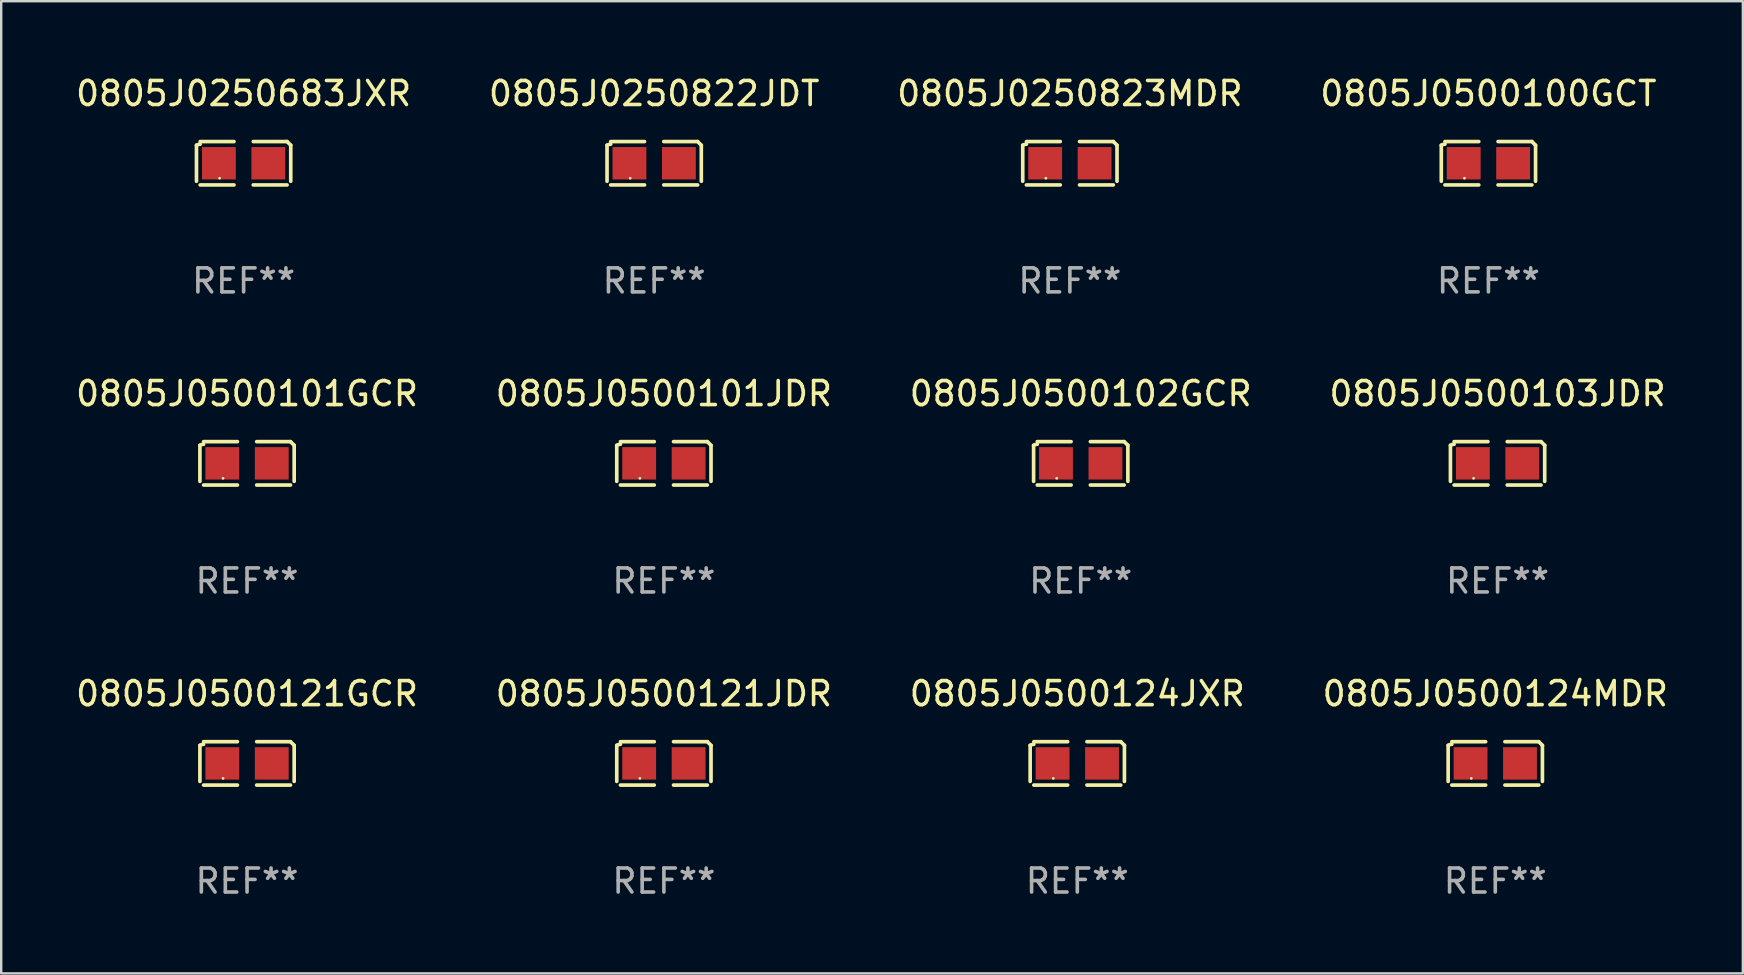
<source format=kicad_pcb>
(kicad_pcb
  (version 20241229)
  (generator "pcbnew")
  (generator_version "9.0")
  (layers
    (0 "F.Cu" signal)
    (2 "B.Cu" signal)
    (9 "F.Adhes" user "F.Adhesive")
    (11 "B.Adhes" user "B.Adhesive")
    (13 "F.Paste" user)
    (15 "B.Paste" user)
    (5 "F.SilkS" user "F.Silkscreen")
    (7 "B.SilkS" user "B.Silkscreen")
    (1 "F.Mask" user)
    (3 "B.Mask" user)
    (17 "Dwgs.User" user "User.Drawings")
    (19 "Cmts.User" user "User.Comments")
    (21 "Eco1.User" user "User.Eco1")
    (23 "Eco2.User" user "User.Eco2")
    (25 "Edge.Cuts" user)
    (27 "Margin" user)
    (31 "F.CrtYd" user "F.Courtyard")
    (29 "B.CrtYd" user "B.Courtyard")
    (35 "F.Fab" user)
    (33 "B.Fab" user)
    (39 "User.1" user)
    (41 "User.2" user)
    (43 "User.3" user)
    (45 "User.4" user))
  (footprint "0805J0500121JDR"
    (layer "F.Cu")
    (at 24.613 28.759)
    (property "Reference" "0805J0500121JDR" (at 0 -2.904 0) (layer "F.SilkS") (effects (font (size 1 1) (thickness 0.15))))
    (attr through_hole)
    (fp_line (start -1.964 0.751) (end -1.964 -0.751) (stroke (width 0.152) (type solid)) (layer "F.SilkS"))
    (fp_line (start -1.811 -0.904) (end -0.401 -0.904) (stroke (width 0.152) (type solid)) (layer "F.SilkS"))
    (fp_line (start -0.401 0.904) (end -1.811 0.904) (stroke (width 0.152) (type solid)) (layer "F.SilkS"))
    (fp_line (start 0.401 0.904) (end 1.811 0.904) (stroke (width 0.152) (type solid)) (layer "F.SilkS"))
    (fp_line (start 1.811 -0.904) (end 0.401 -0.904) (stroke (width 0.152) (type solid)) (layer "F.SilkS"))
    (fp_line (start 1.964 0.751) (end 1.964 -0.751) (stroke (width 0.152) (type solid)) (layer "F.SilkS"))
    (fp_arc (start -1.963602 -0.751207) (mid -1.890354 -0.783131) (end -1.811201 -0.794044) (stroke (width 0.1524) (type solid)) (layer "F.SilkS"))
    (fp_arc (start 1.811202 -0.903607) (mid 1.887413 -0.827418) (end 1.963602 -0.751207) (stroke (width 0.1524) (type solid)) (layer "F.SilkS"))
    (fp_circle (center -1 0.625) (end -0.97 0.625) (stroke (width 0.06) (type solid)) (fill no) (layer "F.SilkS"))
    (fp_text user "REF**" (at 0 4.904 0) (layer "F.Fab") (effects (font (size 1 1) (thickness 0.15))))
    (pad "1" smd rect (at -1.03 0) (size 1.41 1.35) (layers "F.Cu" "F.Mask" "F.Paste"))
    (pad "2" smd rect (at 1.03 0) (size 1.41 1.35) (layers "F.Cu" "F.Mask" "F.Paste")))
  (footprint "0805J0500101JDR"
    (layer "F.Cu")
    (at 24.613 16.256)
    (property "Reference" "0805J0500101JDR" (at 0 -2.904 0) (layer "F.SilkS") (effects (font (size 1 1) (thickness 0.15))))
    (attr through_hole)
    (fp_line (start -1.964 0.751) (end -1.964 -0.751) (stroke (width 0.152) (type solid)) (layer "F.SilkS"))
    (fp_line (start -1.811 -0.904) (end -0.401 -0.904) (stroke (width 0.152) (type solid)) (layer "F.SilkS"))
    (fp_line (start -0.401 0.904) (end -1.811 0.904) (stroke (width 0.152) (type solid)) (layer "F.SilkS"))
    (fp_line (start 0.401 0.904) (end 1.811 0.904) (stroke (width 0.152) (type solid)) (layer "F.SilkS"))
    (fp_line (start 1.811 -0.904) (end 0.401 -0.904) (stroke (width 0.152) (type solid)) (layer "F.SilkS"))
    (fp_line (start 1.964 0.751) (end 1.964 -0.751) (stroke (width 0.152) (type solid)) (layer "F.SilkS"))
    (fp_arc (start -1.963602 -0.751207) (mid -1.890354 -0.783131) (end -1.811201 -0.794044) (stroke (width 0.1524) (type solid)) (layer "F.SilkS"))
    (fp_arc (start 1.811202 -0.903607) (mid 1.887413 -0.827418) (end 1.963602 -0.751207) (stroke (width 0.1524) (type solid)) (layer "F.SilkS"))
    (fp_circle (center -1 0.625) (end -0.97 0.625) (stroke (width 0.06) (type solid)) (fill no) (layer "F.SilkS"))
    (fp_text user "REF**" (at 0 4.904 0) (layer "F.Fab") (effects (font (size 1 1) (thickness 0.15))))
    (pad "1" smd rect (at -1.03 0) (size 1.41 1.35) (layers "F.Cu" "F.Mask" "F.Paste"))
    (pad "2" smd rect (at 1.03 0) (size 1.41 1.35) (layers "F.Cu" "F.Mask" "F.Paste")))
  (footprint "0805J0250822JDT"
    (layer "F.Cu")
    (at 24.208 3.752)
    (property "Reference" "0805J0250822JDT" (at 0 -2.904 0) (layer "F.SilkS") (effects (font (size 1 1) (thickness 0.15))))
    (attr through_hole)
    (fp_line (start -1.964 0.751) (end -1.964 -0.751) (stroke (width 0.152) (type solid)) (layer "F.SilkS"))
    (fp_line (start -1.811 -0.904) (end -0.401 -0.904) (stroke (width 0.152) (type solid)) (layer "F.SilkS"))
    (fp_line (start -0.401 0.904) (end -1.811 0.904) (stroke (width 0.152) (type solid)) (layer "F.SilkS"))
    (fp_line (start 0.401 0.904) (end 1.811 0.904) (stroke (width 0.152) (type solid)) (layer "F.SilkS"))
    (fp_line (start 1.811 -0.904) (end 0.401 -0.904) (stroke (width 0.152) (type solid)) (layer "F.SilkS"))
    (fp_line (start 1.964 0.751) (end 1.964 -0.751) (stroke (width 0.152) (type solid)) (layer "F.SilkS"))
    (fp_arc (start -1.963602 -0.751207) (mid -1.890354 -0.783131) (end -1.811201 -0.794044) (stroke (width 0.1524) (type solid)) (layer "F.SilkS"))
    (fp_arc (start 1.811202 -0.903607) (mid 1.887413 -0.827418) (end 1.963602 -0.751207) (stroke (width 0.1524) (type solid)) (layer "F.SilkS"))
    (fp_circle (center -1 0.625) (end -0.97 0.625) (stroke (width 0.06) (type solid)) (fill no) (layer "F.SilkS"))
    (fp_text user "REF**" (at 0 4.904 0) (layer "F.Fab") (effects (font (size 1 1) (thickness 0.15))))
    (pad "1" smd rect (at -1.03 0) (size 1.41 1.35) (layers "F.Cu" "F.Mask" "F.Paste"))
    (pad "2" smd rect (at 1.03 0) (size 1.41 1.35) (layers "F.Cu" "F.Mask" "F.Paste")))
  (footprint "0805J0500124MDR"
    (layer "F.Cu")
    (at 59.256 28.759)
    (property "Reference" "0805J0500124MDR" (at 0 -2.904 0) (layer "F.SilkS") (effects (font (size 1 1) (thickness 0.15))))
    (attr through_hole)
    (fp_line (start -1.964 0.751) (end -1.964 -0.751) (stroke (width 0.152) (type solid)) (layer "F.SilkS"))
    (fp_line (start -1.811 -0.904) (end -0.401 -0.904) (stroke (width 0.152) (type solid)) (layer "F.SilkS"))
    (fp_line (start -0.401 0.904) (end -1.811 0.904) (stroke (width 0.152) (type solid)) (layer "F.SilkS"))
    (fp_line (start 0.401 0.904) (end 1.811 0.904) (stroke (width 0.152) (type solid)) (layer "F.SilkS"))
    (fp_line (start 1.811 -0.904) (end 0.401 -0.904) (stroke (width 0.152) (type solid)) (layer "F.SilkS"))
    (fp_line (start 1.964 0.751) (end 1.964 -0.751) (stroke (width 0.152) (type solid)) (layer "F.SilkS"))
    (fp_arc (start -1.963602 -0.751207) (mid -1.890354 -0.783131) (end -1.811201 -0.794044) (stroke (width 0.1524) (type solid)) (layer "F.SilkS"))
    (fp_arc (start 1.811202 -0.903607) (mid 1.887413 -0.827418) (end 1.963602 -0.751207) (stroke (width 0.1524) (type solid)) (layer "F.SilkS"))
    (fp_circle (center -1 0.625) (end -0.97 0.625) (stroke (width 0.06) (type solid)) (fill no) (layer "F.SilkS"))
    (fp_text user "REF**" (at 0 4.904 0) (layer "F.Fab") (effects (font (size 1 1) (thickness 0.15))))
    (pad "1" smd rect (at -1.03 0) (size 1.41 1.35) (layers "F.Cu" "F.Mask" "F.Paste"))
    (pad "2" smd rect (at 1.03 0) (size 1.41 1.35) (layers "F.Cu" "F.Mask" "F.Paste")))
  (footprint "0805J0500102GCR"
    (layer "F.Cu")
    (at 41.982 16.256)
    (property "Reference" "0805J0500102GCR" (at 0 -2.904 0) (layer "F.SilkS") (effects (font (size 1 1) (thickness 0.15))))
    (attr through_hole)
    (fp_line (start -1.964 0.751) (end -1.964 -0.751) (stroke (width 0.152) (type solid)) (layer "F.SilkS"))
    (fp_line (start -1.811 -0.904) (end -0.401 -0.904) (stroke (width 0.152) (type solid)) (layer "F.SilkS"))
    (fp_line (start -0.401 0.904) (end -1.811 0.904) (stroke (width 0.152) (type solid)) (layer "F.SilkS"))
    (fp_line (start 0.401 0.904) (end 1.811 0.904) (stroke (width 0.152) (type solid)) (layer "F.SilkS"))
    (fp_line (start 1.811 -0.904) (end 0.401 -0.904) (stroke (width 0.152) (type solid)) (layer "F.SilkS"))
    (fp_line (start 1.964 0.751) (end 1.964 -0.751) (stroke (width 0.152) (type solid)) (layer "F.SilkS"))
    (fp_arc (start -1.963602 -0.751207) (mid -1.890354 -0.783131) (end -1.811201 -0.794044) (stroke (width 0.1524) (type solid)) (layer "F.SilkS"))
    (fp_arc (start 1.811202 -0.903607) (mid 1.887413 -0.827418) (end 1.963602 -0.751207) (stroke (width 0.1524) (type solid)) (layer "F.SilkS"))
    (fp_circle (center -1 0.625) (end -0.97 0.625) (stroke (width 0.06) (type solid)) (fill no) (layer "F.SilkS"))
    (fp_text user "REF**" (at 0 4.904 0) (layer "F.Fab") (effects (font (size 1 1) (thickness 0.15))))
    (pad "1" smd rect (at -1.03 0) (size 1.41 1.35) (layers "F.Cu" "F.Mask" "F.Paste"))
    (pad "2" smd rect (at 1.03 0) (size 1.41 1.35) (layers "F.Cu" "F.Mask" "F.Paste")))
  (footprint "0805J0500100GCT"
    (layer "F.Cu")
    (at 58.97 3.752)
    (property "Reference" "0805J0500100GCT" (at 0 -2.904 0) (layer "F.SilkS") (effects (font (size 1 1) (thickness 0.15))))
    (attr through_hole)
    (fp_line (start -1.964 0.751) (end -1.964 -0.751) (stroke (width 0.152) (type solid)) (layer "F.SilkS"))
    (fp_line (start -1.811 -0.904) (end -0.401 -0.904) (stroke (width 0.152) (type solid)) (layer "F.SilkS"))
    (fp_line (start -0.401 0.904) (end -1.811 0.904) (stroke (width 0.152) (type solid)) (layer "F.SilkS"))
    (fp_line (start 0.401 0.904) (end 1.811 0.904) (stroke (width 0.152) (type solid)) (layer "F.SilkS"))
    (fp_line (start 1.811 -0.904) (end 0.401 -0.904) (stroke (width 0.152) (type solid)) (layer "F.SilkS"))
    (fp_line (start 1.964 0.751) (end 1.964 -0.751) (stroke (width 0.152) (type solid)) (layer "F.SilkS"))
    (fp_arc (start -1.963602 -0.751207) (mid -1.890354 -0.783131) (end -1.811201 -0.794044) (stroke (width 0.1524) (type solid)) (layer "F.SilkS"))
    (fp_arc (start 1.811202 -0.903607) (mid 1.887413 -0.827418) (end 1.963602 -0.751207) (stroke (width 0.1524) (type solid)) (layer "F.SilkS"))
    (fp_circle (center -1 0.625) (end -0.97 0.625) (stroke (width 0.06) (type solid)) (fill no) (layer "F.SilkS"))
    (fp_text user "REF**" (at 0 4.904 0) (layer "F.Fab") (effects (font (size 1 1) (thickness 0.15))))
    (pad "1" smd rect (at -1.03 0) (size 1.41 1.35) (layers "F.Cu" "F.Mask" "F.Paste"))
    (pad "2" smd rect (at 1.03 0) (size 1.41 1.35) (layers "F.Cu" "F.Mask" "F.Paste")))
  (footprint "0805J0500103JDR"
    (layer "F.Cu")
    (at 59.351 16.256)
    (property "Reference" "0805J0500103JDR" (at 0 -2.904 0) (layer "F.SilkS") (effects (font (size 1 1) (thickness 0.15))))
    (attr through_hole)
    (fp_line (start -1.964 0.751) (end -1.964 -0.751) (stroke (width 0.152) (type solid)) (layer "F.SilkS"))
    (fp_line (start -1.811 -0.904) (end -0.401 -0.904) (stroke (width 0.152) (type solid)) (layer "F.SilkS"))
    (fp_line (start -0.401 0.904) (end -1.811 0.904) (stroke (width 0.152) (type solid)) (layer "F.SilkS"))
    (fp_line (start 0.401 0.904) (end 1.811 0.904) (stroke (width 0.152) (type solid)) (layer "F.SilkS"))
    (fp_line (start 1.811 -0.904) (end 0.401 -0.904) (stroke (width 0.152) (type solid)) (layer "F.SilkS"))
    (fp_line (start 1.964 0.751) (end 1.964 -0.751) (stroke (width 0.152) (type solid)) (layer "F.SilkS"))
    (fp_arc (start -1.963602 -0.751207) (mid -1.890354 -0.783131) (end -1.811201 -0.794044) (stroke (width 0.1524) (type solid)) (layer "F.SilkS"))
    (fp_arc (start 1.811202 -0.903607) (mid 1.887413 -0.827418) (end 1.963602 -0.751207) (stroke (width 0.1524) (type solid)) (layer "F.SilkS"))
    (fp_circle (center -1 0.625) (end -0.97 0.625) (stroke (width 0.06) (type solid)) (fill no) (layer "F.SilkS"))
    (fp_text user "REF**" (at 0 4.904 0) (layer "F.Fab") (effects (font (size 1 1) (thickness 0.15))))
    (pad "1" smd rect (at -1.03 0) (size 1.41 1.35) (layers "F.Cu" "F.Mask" "F.Paste"))
    (pad "2" smd rect (at 1.03 0) (size 1.41 1.35) (layers "F.Cu" "F.Mask" "F.Paste")))
  (footprint "0805J0500101GCR"
    (layer "F.Cu")
    (at 7.244 16.256)
    (property "Reference" "0805J0500101GCR" (at 0 -2.904 0) (layer "F.SilkS") (effects (font (size 1 1) (thickness 0.15))))
    (attr through_hole)
    (fp_line (start -1.964 0.751) (end -1.964 -0.751) (stroke (width 0.152) (type solid)) (layer "F.SilkS"))
    (fp_line (start -1.811 -0.904) (end -0.401 -0.904) (stroke (width 0.152) (type solid)) (layer "F.SilkS"))
    (fp_line (start -0.401 0.904) (end -1.811 0.904) (stroke (width 0.152) (type solid)) (layer "F.SilkS"))
    (fp_line (start 0.401 0.904) (end 1.811 0.904) (stroke (width 0.152) (type solid)) (layer "F.SilkS"))
    (fp_line (start 1.811 -0.904) (end 0.401 -0.904) (stroke (width 0.152) (type solid)) (layer "F.SilkS"))
    (fp_line (start 1.964 0.751) (end 1.964 -0.751) (stroke (width 0.152) (type solid)) (layer "F.SilkS"))
    (fp_arc (start -1.963602 -0.751207) (mid -1.890354 -0.783131) (end -1.811201 -0.794044) (stroke (width 0.1524) (type solid)) (layer "F.SilkS"))
    (fp_arc (start 1.811202 -0.903607) (mid 1.887413 -0.827418) (end 1.963602 -0.751207) (stroke (width 0.1524) (type solid)) (layer "F.SilkS"))
    (fp_circle (center -1 0.625) (end -0.97 0.625) (stroke (width 0.06) (type solid)) (fill no) (layer "F.SilkS"))
    (fp_text user "REF**" (at 0 4.904 0) (layer "F.Fab") (effects (font (size 1 1) (thickness 0.15))))
    (pad "1" smd rect (at -1.03 0) (size 1.41 1.35) (layers "F.Cu" "F.Mask" "F.Paste"))
    (pad "2" smd rect (at 1.03 0) (size 1.41 1.35) (layers "F.Cu" "F.Mask" "F.Paste")))
  (footprint "0805J0500124JXR"
    (layer "F.Cu")
    (at 41.839 28.759)
    (property "Reference" "0805J0500124JXR" (at 0 -2.904 0) (layer "F.SilkS") (effects (font (size 1 1) (thickness 0.15))))
    (attr through_hole)
    (fp_line (start -1.964 0.751) (end -1.964 -0.751) (stroke (width 0.152) (type solid)) (layer "F.SilkS"))
    (fp_line (start -1.811 -0.904) (end -0.401 -0.904) (stroke (width 0.152) (type solid)) (layer "F.SilkS"))
    (fp_line (start -0.401 0.904) (end -1.811 0.904) (stroke (width 0.152) (type solid)) (layer "F.SilkS"))
    (fp_line (start 0.401 0.904) (end 1.811 0.904) (stroke (width 0.152) (type solid)) (layer "F.SilkS"))
    (fp_line (start 1.811 -0.904) (end 0.401 -0.904) (stroke (width 0.152) (type solid)) (layer "F.SilkS"))
    (fp_line (start 1.964 0.751) (end 1.964 -0.751) (stroke (width 0.152) (type solid)) (layer "F.SilkS"))
    (fp_arc (start -1.963602 -0.751207) (mid -1.890354 -0.783131) (end -1.811201 -0.794044) (stroke (width 0.1524) (type solid)) (layer "F.SilkS"))
    (fp_arc (start 1.811202 -0.903607) (mid 1.887413 -0.827418) (end 1.963602 -0.751207) (stroke (width 0.1524) (type solid)) (layer "F.SilkS"))
    (fp_circle (center -1 0.625) (end -0.97 0.625) (stroke (width 0.06) (type solid)) (fill no) (layer "F.SilkS"))
    (fp_text user "REF**" (at 0 4.904 0) (layer "F.Fab") (effects (font (size 1 1) (thickness 0.15))))
    (pad "1" smd rect (at -1.03 0) (size 1.41 1.35) (layers "F.Cu" "F.Mask" "F.Paste"))
    (pad "2" smd rect (at 1.03 0) (size 1.41 1.35) (layers "F.Cu" "F.Mask" "F.Paste")))
  (footprint "0805J0500121GCR"
    (layer "F.Cu")
    (at 7.244 28.759)
    (property "Reference" "0805J0500121GCR" (at 0 -2.904 0) (layer "F.SilkS") (effects (font (size 1 1) (thickness 0.15))))
    (attr through_hole)
    (fp_line (start -1.964 0.751) (end -1.964 -0.751) (stroke (width 0.152) (type solid)) (layer "F.SilkS"))
    (fp_line (start -1.811 -0.904) (end -0.401 -0.904) (stroke (width 0.152) (type solid)) (layer "F.SilkS"))
    (fp_line (start -0.401 0.904) (end -1.811 0.904) (stroke (width 0.152) (type solid)) (layer "F.SilkS"))
    (fp_line (start 0.401 0.904) (end 1.811 0.904) (stroke (width 0.152) (type solid)) (layer "F.SilkS"))
    (fp_line (start 1.811 -0.904) (end 0.401 -0.904) (stroke (width 0.152) (type solid)) (layer "F.SilkS"))
    (fp_line (start 1.964 0.751) (end 1.964 -0.751) (stroke (width 0.152) (type solid)) (layer "F.SilkS"))
    (fp_arc (start -1.963602 -0.751207) (mid -1.890354 -0.783131) (end -1.811201 -0.794044) (stroke (width 0.1524) (type solid)) (layer "F.SilkS"))
    (fp_arc (start 1.811202 -0.903607) (mid 1.887413 -0.827418) (end 1.963602 -0.751207) (stroke (width 0.1524) (type solid)) (layer "F.SilkS"))
    (fp_circle (center -1 0.625) (end -0.97 0.625) (stroke (width 0.06) (type solid)) (fill no) (layer "F.SilkS"))
    (fp_text user "REF**" (at 0 4.904 0) (layer "F.Fab") (effects (font (size 1 1) (thickness 0.15))))
    (pad "1" smd rect (at -1.03 0) (size 1.41 1.35) (layers "F.Cu" "F.Mask" "F.Paste"))
    (pad "2" smd rect (at 1.03 0) (size 1.41 1.35) (layers "F.Cu" "F.Mask" "F.Paste")))
  (footprint "0805J0250683JXR"
    (layer "F.Cu")
    (at 7.101 3.752)
    (property "Reference" "0805J0250683JXR" (at 0 -2.904 0) (layer "F.SilkS") (effects (font (size 1 1) (thickness 0.15))))
    (attr through_hole)
    (fp_line (start -1.964 0.751) (end -1.964 -0.751) (stroke (width 0.152) (type solid)) (layer "F.SilkS"))
    (fp_line (start -1.811 -0.904) (end -0.401 -0.904) (stroke (width 0.152) (type solid)) (layer "F.SilkS"))
    (fp_line (start -0.401 0.904) (end -1.811 0.904) (stroke (width 0.152) (type solid)) (layer "F.SilkS"))
    (fp_line (start 0.401 0.904) (end 1.811 0.904) (stroke (width 0.152) (type solid)) (layer "F.SilkS"))
    (fp_line (start 1.811 -0.904) (end 0.401 -0.904) (stroke (width 0.152) (type solid)) (layer "F.SilkS"))
    (fp_line (start 1.964 0.751) (end 1.964 -0.751) (stroke (width 0.152) (type solid)) (layer "F.SilkS"))
    (fp_arc (start -1.963602 -0.751207) (mid -1.890354 -0.783131) (end -1.811201 -0.794044) (stroke (width 0.1524) (type solid)) (layer "F.SilkS"))
    (fp_arc (start 1.811202 -0.903607) (mid 1.887413 -0.827418) (end 1.963602 -0.751207) (stroke (width 0.1524) (type solid)) (layer "F.SilkS"))
    (fp_circle (center -1 0.625) (end -0.97 0.625) (stroke (width 0.06) (type solid)) (fill no) (layer "F.SilkS"))
    (fp_text user "REF**" (at 0 4.904 0) (layer "F.Fab") (effects (font (size 1 1) (thickness 0.15))))
    (pad "1" smd rect (at -1.03 0) (size 1.41 1.35) (layers "F.Cu" "F.Mask" "F.Paste"))
    (pad "2" smd rect (at 1.03 0) (size 1.41 1.35) (layers "F.Cu" "F.Mask" "F.Paste")))
  (footprint "0805J0250823MDR"
    (layer "F.Cu")
    (at 41.53 3.752)
    (property "Reference" "0805J0250823MDR" (at 0 -2.904 0) (layer "F.SilkS") (effects (font (size 1 1) (thickness 0.15))))
    (attr through_hole)
    (fp_line (start -1.964 0.751) (end -1.964 -0.751) (stroke (width 0.152) (type solid)) (layer "F.SilkS"))
    (fp_line (start -1.811 -0.904) (end -0.401 -0.904) (stroke (width 0.152) (type solid)) (layer "F.SilkS"))
    (fp_line (start -0.401 0.904) (end -1.811 0.904) (stroke (width 0.152) (type solid)) (layer "F.SilkS"))
    (fp_line (start 0.401 0.904) (end 1.811 0.904) (stroke (width 0.152) (type solid)) (layer "F.SilkS"))
    (fp_line (start 1.811 -0.904) (end 0.401 -0.904) (stroke (width 0.152) (type solid)) (layer "F.SilkS"))
    (fp_line (start 1.964 0.751) (end 1.964 -0.751) (stroke (width 0.152) (type solid)) (layer "F.SilkS"))
    (fp_arc (start -1.963602 -0.751207) (mid -1.890354 -0.783131) (end -1.811201 -0.794044) (stroke (width 0.1524) (type solid)) (layer "F.SilkS"))
    (fp_arc (start 1.811202 -0.903607) (mid 1.887413 -0.827418) (end 1.963602 -0.751207) (stroke (width 0.1524) (type solid)) (layer "F.SilkS"))
    (fp_circle (center -1 0.625) (end -0.97 0.625) (stroke (width 0.06) (type solid)) (fill no) (layer "F.SilkS"))
    (fp_text user "REF**" (at 0 4.904 0) (layer "F.Fab") (effects (font (size 1 1) (thickness 0.15))))
    (pad "1" smd rect (at -1.03 0) (size 1.41 1.35) (layers "F.Cu" "F.Mask" "F.Paste"))
    (pad "2" smd rect (at 1.03 0) (size 1.41 1.35) (layers "F.Cu" "F.Mask" "F.Paste")))
  (gr_rect
    (start -3 -3)
    (end 69.571 37.511)
    (stroke (width 0.1) (type default))
    (fill no)
    (layer "Edge.Cuts")))
</source>
